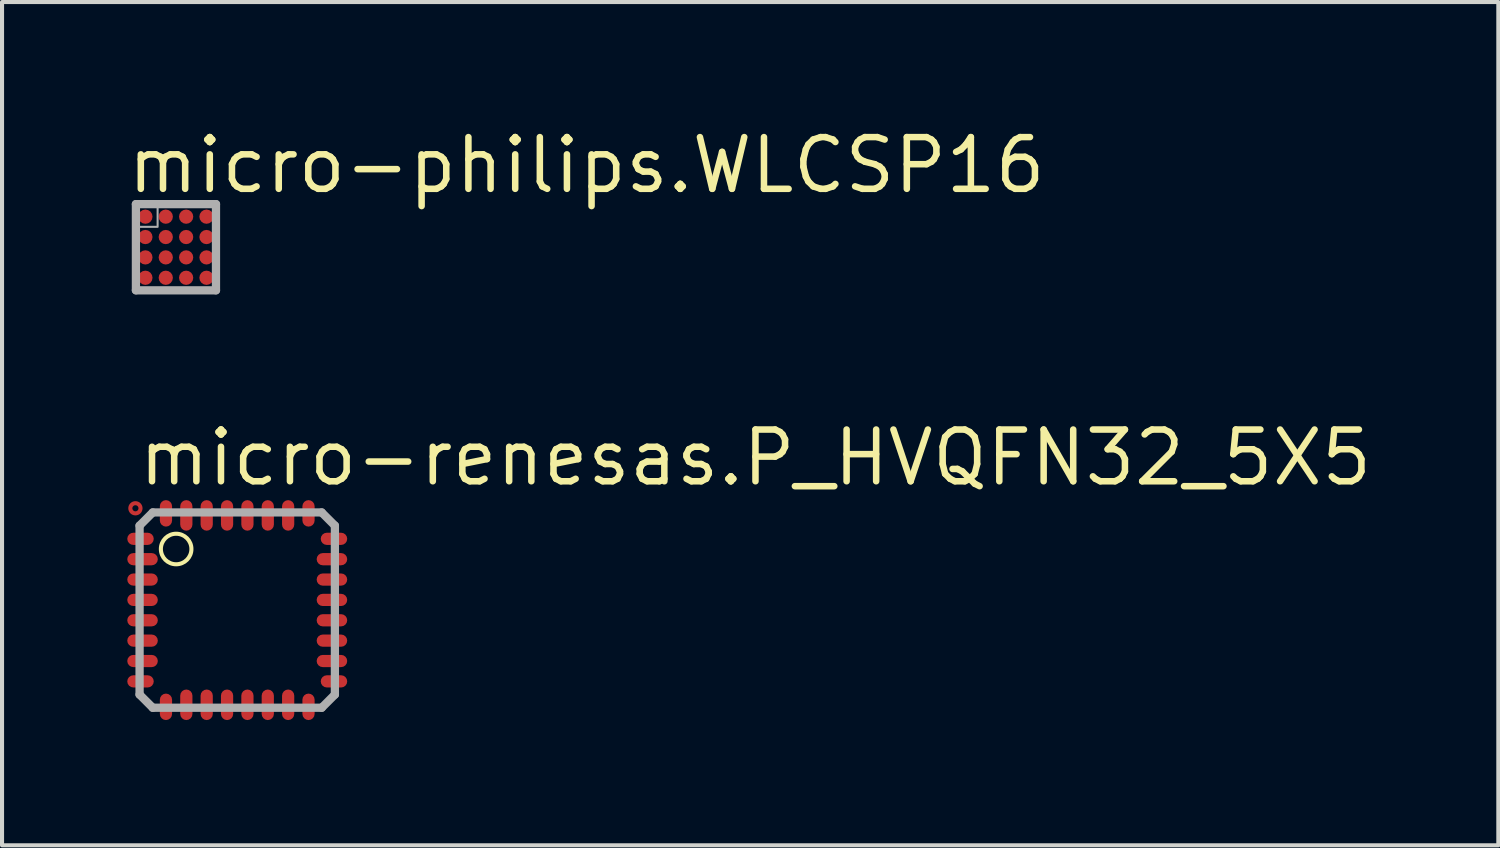
<source format=kicad_pcb>
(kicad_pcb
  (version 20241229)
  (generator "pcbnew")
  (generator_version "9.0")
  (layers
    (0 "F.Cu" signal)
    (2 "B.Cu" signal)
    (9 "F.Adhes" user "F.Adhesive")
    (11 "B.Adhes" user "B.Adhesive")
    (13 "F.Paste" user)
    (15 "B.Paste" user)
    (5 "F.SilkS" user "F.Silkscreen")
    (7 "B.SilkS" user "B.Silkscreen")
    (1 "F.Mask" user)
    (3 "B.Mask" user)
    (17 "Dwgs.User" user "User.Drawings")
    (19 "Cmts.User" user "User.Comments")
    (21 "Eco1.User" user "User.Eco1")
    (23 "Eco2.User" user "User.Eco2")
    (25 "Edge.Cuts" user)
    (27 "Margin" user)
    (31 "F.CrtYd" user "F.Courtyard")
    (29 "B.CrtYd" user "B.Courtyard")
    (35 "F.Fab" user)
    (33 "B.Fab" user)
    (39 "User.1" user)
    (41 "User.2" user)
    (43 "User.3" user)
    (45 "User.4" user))
  (footprint "micro-philips.WLCSP16"
    (layer "F.Cu")
    (at 1.27 3.02)
    (property "Reference" "micro-philips.WLCSP16" (at -1.27 -1.27 0) (layer "F.SilkS") (effects (font (size 1.27 1.27) (thickness 0.16)) (justify left bottom)))
    (attr smd)
    (fp_circle (center -0.75 -0.75) (end -0.545 -0.75) (stroke (width 0.1) (type default)) (fill no) (layer "F.Mask"))
    (fp_circle (center -0.75 -0.25) (end -0.545 -0.25) (stroke (width 0.1) (type default)) (fill no) (layer "F.Mask"))
    (fp_circle (center -0.75 0.25) (end -0.545 0.25) (stroke (width 0.1) (type default)) (fill no) (layer "F.Mask"))
    (fp_circle (center -0.75 0.75) (end -0.545 0.75) (stroke (width 0.1) (type default)) (fill no) (layer "F.Mask"))
    (fp_circle (center -0.25 -0.75) (end -0.045 -0.75) (stroke (width 0.1) (type default)) (fill no) (layer "F.Mask"))
    (fp_circle (center -0.25 -0.25) (end -0.045 -0.25) (stroke (width 0.1) (type default)) (fill no) (layer "F.Mask"))
    (fp_circle (center -0.25 0.25) (end -0.045 0.25) (stroke (width 0.1) (type default)) (fill no) (layer "F.Mask"))
    (fp_circle (center -0.25 0.75) (end -0.045 0.75) (stroke (width 0.1) (type default)) (fill no) (layer "F.Mask"))
    (fp_circle (center 0.25 -0.75) (end 0.455 -0.75) (stroke (width 0.1) (type default)) (fill no) (layer "F.Mask"))
    (fp_circle (center 0.25 -0.25) (end 0.455 -0.25) (stroke (width 0.1) (type default)) (fill no) (layer "F.Mask"))
    (fp_circle (center 0.25 0.25) (end 0.455 0.25) (stroke (width 0.1) (type default)) (fill no) (layer "F.Mask"))
    (fp_circle (center 0.25 0.75) (end 0.455 0.75) (stroke (width 0.1) (type default)) (fill no) (layer "F.Mask"))
    (fp_circle (center 0.75 -0.75) (end 0.955 -0.75) (stroke (width 0.1) (type default)) (fill no) (layer "F.Mask"))
    (fp_circle (center 0.75 -0.25) (end 0.955 -0.25) (stroke (width 0.1) (type default)) (fill no) (layer "F.Mask"))
    (fp_circle (center 0.75 0.25) (end 0.955 0.25) (stroke (width 0.1) (type default)) (fill no) (layer "F.Mask"))
    (fp_circle (center 0.75 0.75) (end 0.955 0.75) (stroke (width 0.1) (type default)) (fill no) (layer "F.Mask"))
    (fp_line (start -0.983 -1.058) (end -0.983 1.058) (stroke (width 0.203) (type default)) (layer "F.Fab"))
    (fp_line (start -0.983 1.058) (end 0.983 1.058) (stroke (width 0.203) (type default)) (layer "F.Fab"))
    (fp_line (start 0.983 -1.058) (end -0.983 -1.058) (stroke (width 0.203) (type default)) (layer "F.Fab"))
    (fp_line (start 0.983 1.058) (end 0.983 -1.058) (stroke (width 0.203) (type default)) (layer "F.Fab"))
    (fp_rect (start -1.025 -0.5) (end -0.45 -1.1) (stroke (width 0.05) (type default)) (fill no) (layer "F.Fab"))
    (pad "A1" smd roundrect (at -0.75 -0.75) (size 0.35 0.35) (layers "F.Cu" "F.Mask" "F.Paste") (roundrect_rratio 0.5))
    (pad "A2" smd roundrect (at -0.25 -0.75) (size 0.35 0.35) (layers "F.Cu" "F.Mask" "F.Paste") (roundrect_rratio 0.5))
    (pad "A3" smd roundrect (at 0.25 -0.75) (size 0.35 0.35) (layers "F.Cu" "F.Mask" "F.Paste") (roundrect_rratio 0.5))
    (pad "A4" smd roundrect (at 0.75 -0.75) (size 0.35 0.35) (layers "F.Cu" "F.Mask" "F.Paste") (roundrect_rratio 0.5))
    (pad "B1" smd roundrect (at -0.75 -0.25) (size 0.35 0.35) (layers "F.Cu" "F.Mask" "F.Paste") (roundrect_rratio 0.5))
    (pad "B2" smd roundrect (at -0.25 -0.25) (size 0.35 0.35) (layers "F.Cu" "F.Mask" "F.Paste") (roundrect_rratio 0.5))
    (pad "B3" smd roundrect (at 0.25 -0.25) (size 0.35 0.35) (layers "F.Cu" "F.Mask" "F.Paste") (roundrect_rratio 0.5))
    (pad "B4" smd roundrect (at 0.75 -0.25) (size 0.35 0.35) (layers "F.Cu" "F.Mask" "F.Paste") (roundrect_rratio 0.5))
    (pad "C1" smd roundrect (at -0.75 0.25) (size 0.35 0.35) (layers "F.Cu" "F.Mask" "F.Paste") (roundrect_rratio 0.5))
    (pad "C2" smd roundrect (at -0.25 0.25) (size 0.35 0.35) (layers "F.Cu" "F.Mask" "F.Paste") (roundrect_rratio 0.5))
    (pad "C3" smd roundrect (at 0.25 0.25) (size 0.35 0.35) (layers "F.Cu" "F.Mask" "F.Paste") (roundrect_rratio 0.5))
    (pad "C4" smd roundrect (at 0.75 0.25) (size 0.35 0.35) (layers "F.Cu" "F.Mask" "F.Paste") (roundrect_rratio 0.5))
    (pad "D1" smd roundrect (at -0.75 0.75) (size 0.35 0.35) (layers "F.Cu" "F.Mask" "F.Paste") (roundrect_rratio 0.5))
    (pad "D2" smd roundrect (at -0.25 0.75) (size 0.35 0.35) (layers "F.Cu" "F.Mask" "F.Paste") (roundrect_rratio 0.5))
    (pad "D3" smd roundrect (at 0.25 0.75) (size 0.35 0.35) (layers "F.Cu" "F.Mask" "F.Paste") (roundrect_rratio 0.5))
    (pad "D4" smd roundrect (at 0.75 0.75) (size 0.35 0.35) (layers "F.Cu" "F.Mask" "F.Paste") (roundrect_rratio 0.5)))
  (footprint "micro-renesas.P_HVQFN32_5X5"
    (layer "F.Cu")
    (at 2.775 11.93)
    (property "Reference" "micro-renesas.P_HVQFN32_5X5" (at -2.5 -3 0) (layer "F.SilkS") (effects (font (size 1.27 1.27) (thickness 0.16)) (justify left bottom)))
    (attr smd)
    (fp_circle (center -2.5 -2.5) (end -2.375 -2.5) (stroke (width 0.1) (type default)) (fill no) (layer "F.Cu"))
    (fp_rect (start -2.75 -1.55) (end -2 -1.95) (stroke (width 0.05) (type default)) (fill yes) (layer "F.Mask"))
    (fp_rect (start -2.75 -1.05) (end -1.9 -1.45) (stroke (width 0.05) (type default)) (fill yes) (layer "F.Mask"))
    (fp_rect (start -2.75 -0.55) (end -1.9 -0.95) (stroke (width 0.05) (type default)) (fill yes) (layer "F.Mask"))
    (fp_rect (start -2.75 -0.05) (end -1.9 -0.45) (stroke (width 0.05) (type default)) (fill yes) (layer "F.Mask"))
    (fp_rect (start -2.75 0.45) (end -1.9 0.05) (stroke (width 0.05) (type default)) (fill yes) (layer "F.Mask"))
    (fp_rect (start -2.75 0.95) (end -1.9 0.55) (stroke (width 0.05) (type default)) (fill yes) (layer "F.Mask"))
    (fp_rect (start -2.75 1.45) (end -1.9 1.05) (stroke (width 0.05) (type default)) (fill yes) (layer "F.Mask"))
    (fp_rect (start -2.75 1.95) (end -2 1.55) (stroke (width 0.05) (type default)) (fill yes) (layer "F.Mask"))
    (fp_rect (start -1.95 -2) (end -1.55 -2.75) (stroke (width 0.05) (type default)) (fill yes) (layer "F.Mask"))
    (fp_rect (start -1.95 2.75) (end -1.55 2) (stroke (width 0.05) (type default)) (fill yes) (layer "F.Mask"))
    (fp_rect (start -1.45 -1.9) (end -1.05 -2.75) (stroke (width 0.05) (type default)) (fill yes) (layer "F.Mask"))
    (fp_rect (start -1.45 2.75) (end -1.05 1.9) (stroke (width 0.05) (type default)) (fill yes) (layer "F.Mask"))
    (fp_rect (start -0.95 -1.9) (end -0.55 -2.75) (stroke (width 0.05) (type default)) (fill yes) (layer "F.Mask"))
    (fp_rect (start -0.95 2.75) (end -0.55 1.9) (stroke (width 0.05) (type default)) (fill yes) (layer "F.Mask"))
    (fp_rect (start -0.45 -1.9) (end -0.05 -2.75) (stroke (width 0.05) (type default)) (fill yes) (layer "F.Mask"))
    (fp_rect (start -0.45 2.75) (end -0.05 1.9) (stroke (width 0.05) (type default)) (fill yes) (layer "F.Mask"))
    (fp_rect (start 0.05 -1.9) (end 0.45 -2.75) (stroke (width 0.05) (type default)) (fill yes) (layer "F.Mask"))
    (fp_rect (start 0.05 2.75) (end 0.45 1.9) (stroke (width 0.05) (type default)) (fill yes) (layer "F.Mask"))
    (fp_rect (start 0.55 -1.9) (end 0.95 -2.75) (stroke (width 0.05) (type default)) (fill yes) (layer "F.Mask"))
    (fp_rect (start 0.55 2.75) (end 0.95 1.9) (stroke (width 0.05) (type default)) (fill yes) (layer "F.Mask"))
    (fp_rect (start 1.05 -1.9) (end 1.45 -2.75) (stroke (width 0.05) (type default)) (fill yes) (layer "F.Mask"))
    (fp_rect (start 1.05 2.75) (end 1.45 1.9) (stroke (width 0.05) (type default)) (fill yes) (layer "F.Mask"))
    (fp_rect (start 1.55 -2) (end 1.95 -2.75) (stroke (width 0.05) (type default)) (fill yes) (layer "F.Mask"))
    (fp_rect (start 1.55 2.75) (end 1.95 2) (stroke (width 0.05) (type default)) (fill yes) (layer "F.Mask"))
    (fp_rect (start 1.9 -1.05) (end 2.75 -1.45) (stroke (width 0.05) (type default)) (fill yes) (layer "F.Mask"))
    (fp_rect (start 1.9 -0.55) (end 2.75 -0.95) (stroke (width 0.05) (type default)) (fill yes) (layer "F.Mask"))
    (fp_rect (start 1.9 -0.05) (end 2.75 -0.45) (stroke (width 0.05) (type default)) (fill yes) (layer "F.Mask"))
    (fp_rect (start 1.9 0.45) (end 2.75 0.05) (stroke (width 0.05) (type default)) (fill yes) (layer "F.Mask"))
    (fp_rect (start 1.9 0.95) (end 2.75 0.55) (stroke (width 0.05) (type default)) (fill yes) (layer "F.Mask"))
    (fp_rect (start 1.9 1.45) (end 2.75 1.05) (stroke (width 0.05) (type default)) (fill yes) (layer "F.Mask"))
    (fp_rect (start 2 -1.55) (end 2.75 -1.95) (stroke (width 0.05) (type default)) (fill yes) (layer "F.Mask"))
    (fp_rect (start 2 1.95) (end 2.75 1.55) (stroke (width 0.05) (type default)) (fill yes) (layer "F.Mask"))
    (fp_circle (center -1.5 -1.5) (end -1.125 -1.5) (stroke (width 0.1) (type default)) (fill no) (layer "F.SilkS"))
    (fp_rect (start -2.65 -1.65) (end -2.1 -1.85) (stroke (width 0.05) (type default)) (fill yes) (layer "B.Paste"))
    (fp_rect (start -2.65 -1.15) (end -2 -1.35) (stroke (width 0.05) (type default)) (fill yes) (layer "B.Paste"))
    (fp_rect (start -2.65 -0.65) (end -2 -0.85) (stroke (width 0.05) (type default)) (fill yes) (layer "B.Paste"))
    (fp_rect (start -2.65 -0.15) (end -2 -0.35) (stroke (width 0.05) (type default)) (fill yes) (layer "B.Paste"))
    (fp_rect (start -2.65 0.35) (end -2 0.15) (stroke (width 0.05) (type default)) (fill yes) (layer "B.Paste"))
    (fp_rect (start -2.65 0.85) (end -2 0.65) (stroke (width 0.05) (type default)) (fill yes) (layer "B.Paste"))
    (fp_rect (start -2.65 1.35) (end -2 1.15) (stroke (width 0.05) (type default)) (fill yes) (layer "B.Paste"))
    (fp_rect (start -2.65 1.85) (end -2.1 1.65) (stroke (width 0.05) (type default)) (fill yes) (layer "B.Paste"))
    (fp_rect (start -1.85 -2.1) (end -1.65 -2.65) (stroke (width 0.05) (type default)) (fill yes) (layer "B.Paste"))
    (fp_rect (start -1.85 2.65) (end -1.65 2.1) (stroke (width 0.05) (type default)) (fill yes) (layer "B.Paste"))
    (fp_rect (start -1.35 -2) (end -1.15 -2.65) (stroke (width 0.05) (type default)) (fill yes) (layer "B.Paste"))
    (fp_rect (start -1.35 2.65) (end -1.15 2) (stroke (width 0.05) (type default)) (fill yes) (layer "B.Paste"))
    (fp_rect (start -0.85 -2) (end -0.65 -2.65) (stroke (width 0.05) (type default)) (fill yes) (layer "B.Paste"))
    (fp_rect (start -0.85 2.65) (end -0.65 2) (stroke (width 0.05) (type default)) (fill yes) (layer "B.Paste"))
    (fp_rect (start -0.35 -2) (end -0.15 -2.65) (stroke (width 0.05) (type default)) (fill yes) (layer "B.Paste"))
    (fp_rect (start -0.35 2.65) (end -0.15 2) (stroke (width 0.05) (type default)) (fill yes) (layer "B.Paste"))
    (fp_rect (start 0.15 -2) (end 0.35 -2.65) (stroke (width 0.05) (type default)) (fill yes) (layer "B.Paste"))
    (fp_rect (start 0.15 2.65) (end 0.35 2) (stroke (width 0.05) (type default)) (fill yes) (layer "B.Paste"))
    (fp_rect (start 0.65 -2) (end 0.85 -2.65) (stroke (width 0.05) (type default)) (fill yes) (layer "B.Paste"))
    (fp_rect (start 0.65 2.65) (end 0.85 2) (stroke (width 0.05) (type default)) (fill yes) (layer "B.Paste"))
    (fp_rect (start 1.15 -2) (end 1.35 -2.65) (stroke (width 0.05) (type default)) (fill yes) (layer "B.Paste"))
    (fp_rect (start 1.15 2.65) (end 1.35 2) (stroke (width 0.05) (type default)) (fill yes) (layer "B.Paste"))
    (fp_rect (start 1.65 -2.1) (end 1.85 -2.65) (stroke (width 0.05) (type default)) (fill yes) (layer "B.Paste"))
    (fp_rect (start 1.65 2.65) (end 1.85 2.1) (stroke (width 0.05) (type default)) (fill yes) (layer "B.Paste"))
    (fp_rect (start 2 -1.15) (end 2.65 -1.35) (stroke (width 0.05) (type default)) (fill yes) (layer "B.Paste"))
    (fp_rect (start 2 -0.65) (end 2.65 -0.85) (stroke (width 0.05) (type default)) (fill yes) (layer "B.Paste"))
    (fp_rect (start 2 -0.15) (end 2.65 -0.35) (stroke (width 0.05) (type default)) (fill yes) (layer "B.Paste"))
    (fp_rect (start 2 0.35) (end 2.65 0.15) (stroke (width 0.05) (type default)) (fill yes) (layer "B.Paste"))
    (fp_rect (start 2 0.85) (end 2.65 0.65) (stroke (width 0.05) (type default)) (fill yes) (layer "B.Paste"))
    (fp_rect (start 2 1.35) (end 2.65 1.15) (stroke (width 0.05) (type default)) (fill yes) (layer "B.Paste"))
    (fp_rect (start 2.1 -1.65) (end 2.65 -1.85) (stroke (width 0.05) (type default)) (fill yes) (layer "B.Paste"))
    (fp_rect (start 2.1 1.85) (end 2.65 1.65) (stroke (width 0.05) (type default)) (fill yes) (layer "B.Paste"))
    (fp_line (start -2.398 -2.074) (end -2.398 2.074) (stroke (width 0.203) (type default)) (layer "F.Fab"))
    (fp_line (start -2.398 2.074) (end -2.074 2.398) (stroke (width 0.203) (type default)) (layer "F.Fab"))
    (fp_line (start -2.074 -2.398) (end -2.398 -2.074) (stroke (width 0.203) (type default)) (layer "F.Fab"))
    (fp_line (start -2.074 2.398) (end 2.074 2.398) (stroke (width 0.203) (type default)) (layer "F.Fab"))
    (fp_line (start 2.074 -2.398) (end -2.074 -2.398) (stroke (width 0.203) (type default)) (layer "F.Fab"))
    (fp_line (start 2.074 2.398) (end 2.398 2.074) (stroke (width 0.203) (type default)) (layer "F.Fab"))
    (fp_line (start 2.398 -2.074) (end 2.074 -2.398) (stroke (width 0.203) (type default)) (layer "F.Fab"))
    (fp_line (start 2.398 2.074) (end 2.398 -2.074) (stroke (width 0.203) (type default)) (layer "F.Fab"))
    (pad "1" smd roundrect (at -2.375 -1.75) (size 0.65 0.3) (layers "F.Cu" "F.Mask" "F.Paste") (roundrect_rratio 0.5))
    (pad "2" smd roundrect (at -2.325 -1.25) (size 0.75 0.3) (layers "F.Cu" "F.Mask" "F.Paste") (roundrect_rratio 0.5))
    (pad "3" smd roundrect (at -2.325 -0.75) (size 0.75 0.3) (layers "F.Cu" "F.Mask" "F.Paste") (roundrect_rratio 0.5))
    (pad "4" smd roundrect (at -2.325 -0.25) (size 0.75 0.3) (layers "F.Cu" "F.Mask" "F.Paste") (roundrect_rratio 0.5))
    (pad "5" smd roundrect (at -2.325 0.25) (size 0.75 0.3) (layers "F.Cu" "F.Mask" "F.Paste") (roundrect_rratio 0.5))
    (pad "6" smd roundrect (at -2.325 0.75) (size 0.75 0.3) (layers "F.Cu" "F.Mask" "F.Paste") (roundrect_rratio 0.5))
    (pad "7" smd roundrect (at -2.325 1.25) (size 0.75 0.3) (layers "F.Cu" "F.Mask" "F.Paste") (roundrect_rratio 0.5))
    (pad "8" smd roundrect (at -2.375 1.75) (size 0.65 0.3) (layers "F.Cu" "F.Mask" "F.Paste") (roundrect_rratio 0.5))
    (pad "9" smd roundrect (at -1.75 2.375) (size 0.3 0.65) (layers "F.Cu" "F.Mask" "F.Paste") (roundrect_rratio 0.5))
    (pad "10" smd roundrect (at -1.25 2.325) (size 0.3 0.75) (layers "F.Cu" "F.Mask" "F.Paste") (roundrect_rratio 0.5))
    (pad "11" smd roundrect (at -0.75 2.325) (size 0.3 0.75) (layers "F.Cu" "F.Mask" "F.Paste") (roundrect_rratio 0.5))
    (pad "12" smd roundrect (at -0.25 2.325) (size 0.3 0.75) (layers "F.Cu" "F.Mask" "F.Paste") (roundrect_rratio 0.5))
    (pad "13" smd roundrect (at 0.25 2.325) (size 0.3 0.75) (layers "F.Cu" "F.Mask" "F.Paste") (roundrect_rratio 0.5))
    (pad "14" smd roundrect (at 0.75 2.325) (size 0.3 0.75) (layers "F.Cu" "F.Mask" "F.Paste") (roundrect_rratio 0.5))
    (pad "15" smd roundrect (at 1.25 2.325) (size 0.3 0.75) (layers "F.Cu" "F.Mask" "F.Paste") (roundrect_rratio 0.5))
    (pad "16" smd roundrect (at 1.75 2.375) (size 0.3 0.65) (layers "F.Cu" "F.Mask" "F.Paste") (roundrect_rratio 0.5))
    (pad "17" smd roundrect (at 2.375 1.75) (size 0.65 0.3) (layers "F.Cu" "F.Mask" "F.Paste") (roundrect_rratio 0.5))
    (pad "18" smd roundrect (at 2.325 1.25) (size 0.75 0.3) (layers "F.Cu" "F.Mask" "F.Paste") (roundrect_rratio 0.5))
    (pad "19" smd roundrect (at 2.325 0.75) (size 0.75 0.3) (layers "F.Cu" "F.Mask" "F.Paste") (roundrect_rratio 0.5))
    (pad "20" smd roundrect (at 2.325 0.25) (size 0.75 0.3) (layers "F.Cu" "F.Mask" "F.Paste") (roundrect_rratio 0.5))
    (pad "21" smd roundrect (at 2.325 -0.25) (size 0.75 0.3) (layers "F.Cu" "F.Mask" "F.Paste") (roundrect_rratio 0.5))
    (pad "22" smd roundrect (at 2.325 -0.75) (size 0.75 0.3) (layers "F.Cu" "F.Mask" "F.Paste") (roundrect_rratio 0.5))
    (pad "23" smd roundrect (at 2.325 -1.25) (size 0.75 0.3) (layers "F.Cu" "F.Mask" "F.Paste") (roundrect_rratio 0.5))
    (pad "24" smd roundrect (at 2.375 -1.75) (size 0.65 0.3) (layers "F.Cu" "F.Mask" "F.Paste") (roundrect_rratio 0.5))
    (pad "25" smd roundrect (at 1.75 -2.375) (size 0.3 0.65) (layers "F.Cu" "F.Mask" "F.Paste") (roundrect_rratio 0.5))
    (pad "26" smd roundrect (at 1.25 -2.325) (size 0.3 0.75) (layers "F.Cu" "F.Mask" "F.Paste") (roundrect_rratio 0.5))
    (pad "27" smd roundrect (at 0.75 -2.325) (size 0.3 0.75) (layers "F.Cu" "F.Mask" "F.Paste") (roundrect_rratio 0.5))
    (pad "28" smd roundrect (at 0.25 -2.325) (size 0.3 0.75) (layers "F.Cu" "F.Mask" "F.Paste") (roundrect_rratio 0.5))
    (pad "29" smd roundrect (at -0.25 -2.325) (size 0.3 0.75) (layers "F.Cu" "F.Mask" "F.Paste") (roundrect_rratio 0.5))
    (pad "30" smd roundrect (at -0.75 -2.325) (size 0.3 0.75) (layers "F.Cu" "F.Mask" "F.Paste") (roundrect_rratio 0.5))
    (pad "31" smd roundrect (at -1.25 -2.325) (size 0.3 0.75) (layers "F.Cu" "F.Mask" "F.Paste") (roundrect_rratio 0.5))
    (pad "32" smd roundrect (at -1.75 -2.375) (size 0.3 0.65) (layers "F.Cu" "F.Mask" "F.Paste") (roundrect_rratio 0.5)))
  (gr_rect
    (start -3 -3)
    (end 33.739 17.705)
    (stroke (width 0.1) (type default))
    (fill no)
    (layer "Edge.Cuts")))
</source>
